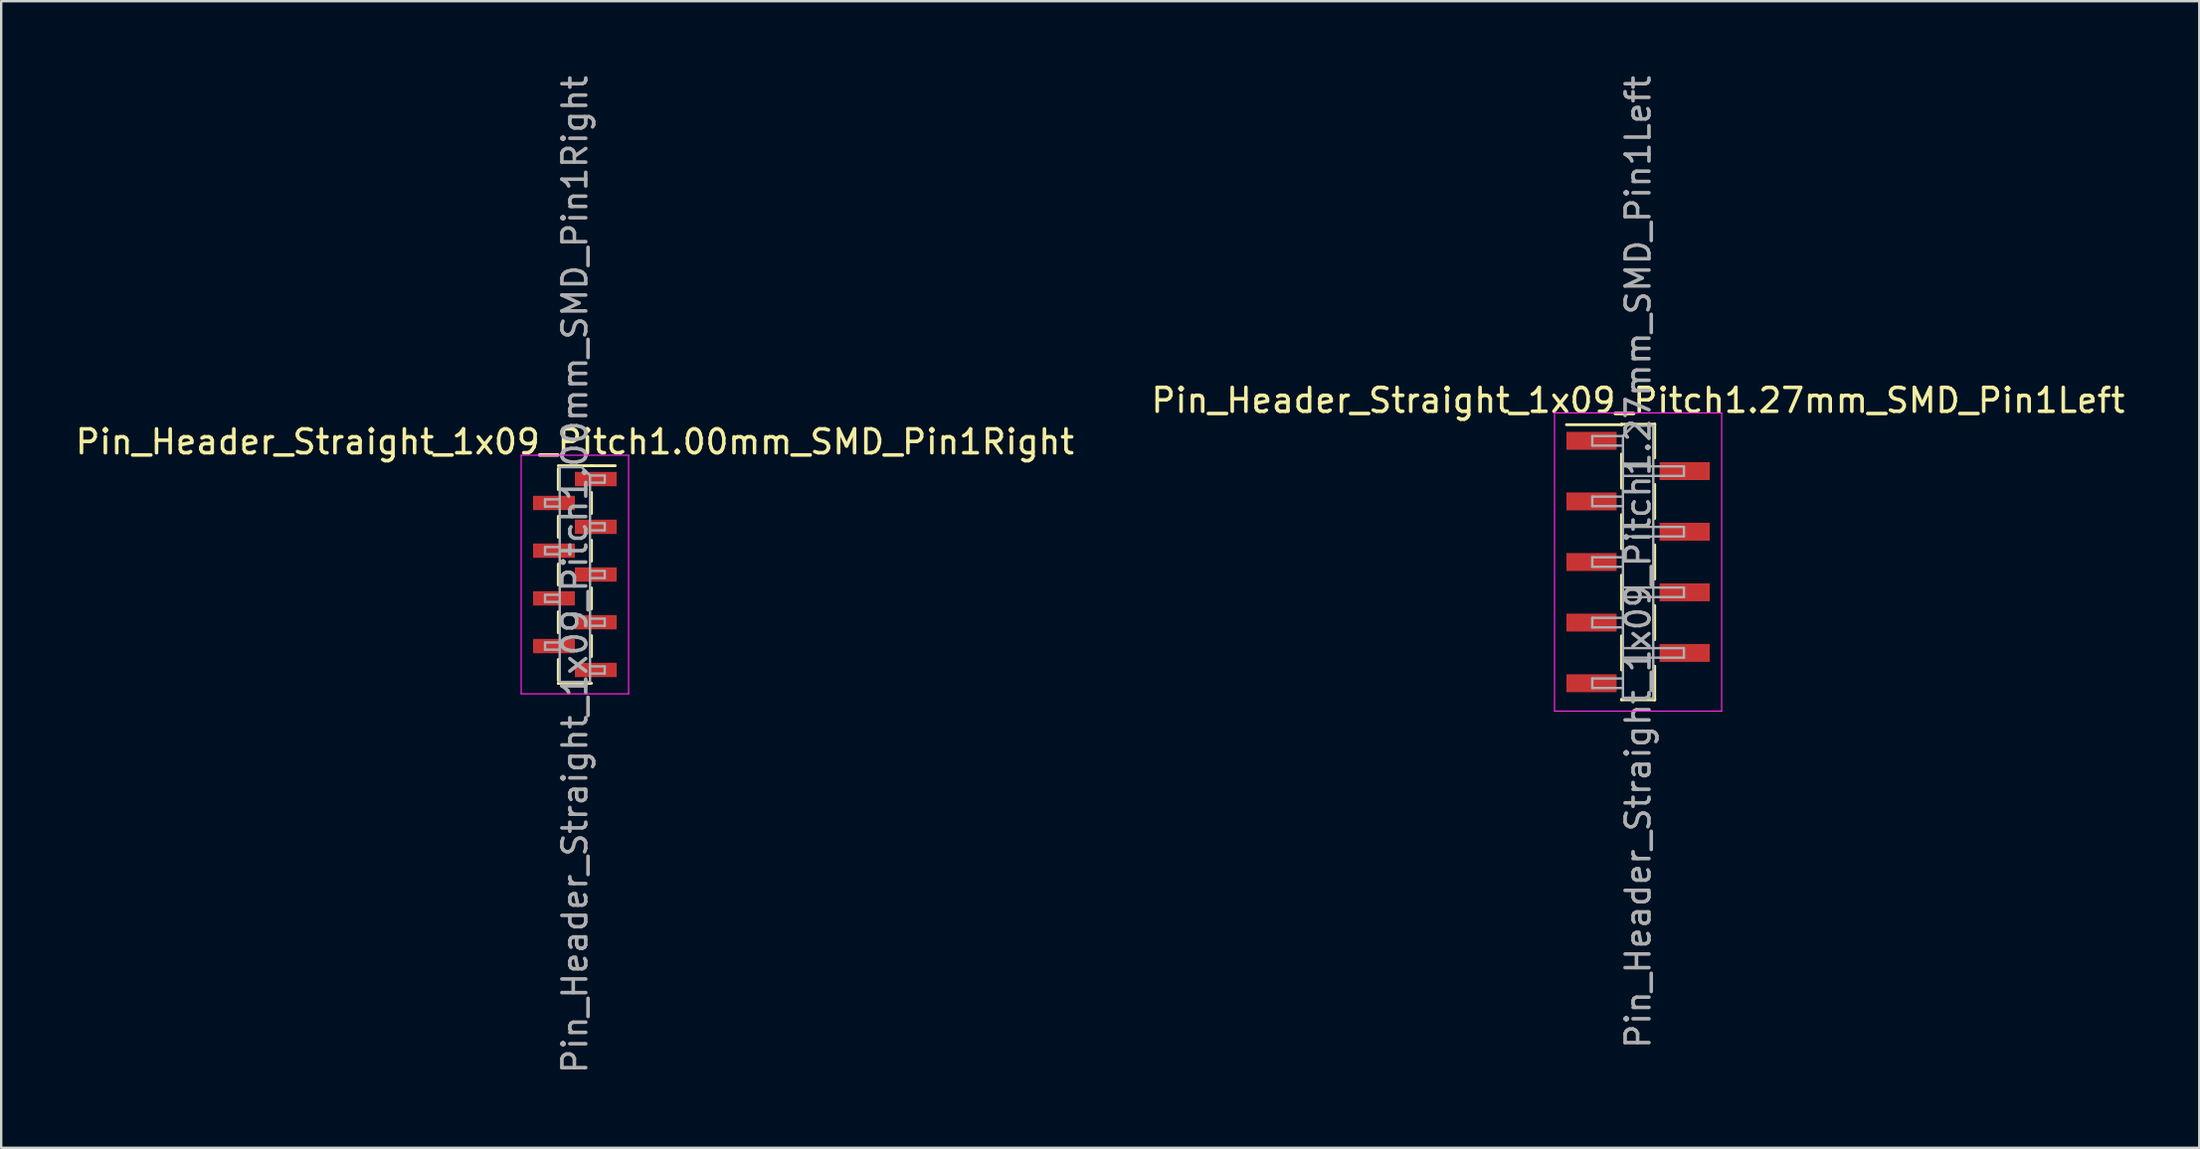
<source format=kicad_pcb>
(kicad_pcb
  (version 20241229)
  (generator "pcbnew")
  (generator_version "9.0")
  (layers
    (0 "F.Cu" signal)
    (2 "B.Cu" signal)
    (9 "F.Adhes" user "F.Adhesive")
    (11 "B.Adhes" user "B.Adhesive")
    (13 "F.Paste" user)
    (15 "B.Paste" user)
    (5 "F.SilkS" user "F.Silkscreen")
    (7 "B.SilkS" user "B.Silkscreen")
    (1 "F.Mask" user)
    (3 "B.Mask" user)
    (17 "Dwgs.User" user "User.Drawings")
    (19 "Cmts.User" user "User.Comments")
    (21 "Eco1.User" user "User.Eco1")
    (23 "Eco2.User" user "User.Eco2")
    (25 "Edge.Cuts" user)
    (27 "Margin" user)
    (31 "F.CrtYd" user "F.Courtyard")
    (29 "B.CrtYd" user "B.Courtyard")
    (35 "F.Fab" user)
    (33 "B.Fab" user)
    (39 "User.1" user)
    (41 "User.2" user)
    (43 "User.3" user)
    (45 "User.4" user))
  (footprint "Pin_Header_Straight_1x09_Pitch1.27mm_SMD_Pin1Left"
    (layer "F.Cu")
    (at 65.565 20.506)
    (property "Reference" "Pin_Header_Straight_1x09_Pitch1.27mm_SMD_Pin1Left" (at 0 -6.775 0) (layer "F.SilkS") (effects (font (size 1 1) (thickness 0.15))))
    (attr smd)
    (fp_line (start -0.695 -5.775) (end 0.695 -5.775) (stroke (width 0.12) (type solid)) (layer "F.SilkS"))
    (fp_line (start -0.695 -5.755) (end -3 -5.755) (stroke (width 0.12) (type solid)) (layer "F.SilkS"))
    (fp_line (start -0.695 -5.755) (end -0.695 -5.775) (stroke (width 0.12) (type solid)) (layer "F.SilkS"))
    (fp_line (start -0.695 -4.525) (end -0.695 -3.095) (stroke (width 0.12) (type solid)) (layer "F.SilkS"))
    (fp_line (start -0.695 -1.985) (end -0.695 -0.555) (stroke (width 0.12) (type solid)) (layer "F.SilkS"))
    (fp_line (start -0.695 0.555) (end -0.695 1.985) (stroke (width 0.12) (type solid)) (layer "F.SilkS"))
    (fp_line (start -0.695 3.095) (end -0.695 4.525) (stroke (width 0.12) (type solid)) (layer "F.SilkS"))
    (fp_line (start -0.695 5.755) (end -0.695 5.775) (stroke (width 0.12) (type solid)) (layer "F.SilkS"))
    (fp_line (start -0.695 5.775) (end 0.695 5.775) (stroke (width 0.12) (type solid)) (layer "F.SilkS"))
    (fp_line (start 0.695 -5.775) (end 0.695 -5.755) (stroke (width 0.12) (type solid)) (layer "F.SilkS"))
    (fp_line (start 0.695 -5.775) (end 0.695 -4.365) (stroke (width 0.12) (type solid)) (layer "F.SilkS"))
    (fp_line (start 0.695 -3.255) (end 0.695 -1.825) (stroke (width 0.12) (type solid)) (layer "F.SilkS"))
    (fp_line (start 0.695 -0.715) (end 0.695 0.715) (stroke (width 0.12) (type solid)) (layer "F.SilkS"))
    (fp_line (start 0.695 1.825) (end 0.695 3.255) (stroke (width 0.12) (type solid)) (layer "F.SilkS"))
    (fp_line (start 0.695 4.365) (end 0.695 5.775) (stroke (width 0.12) (type solid)) (layer "F.SilkS"))
    (fp_line (start 0.695 5.775) (end 0.695 5.755) (stroke (width 0.12) (type solid)) (layer "F.SilkS"))
    (fp_line (start -3.5 -6.25) (end -3.5 6.25) (stroke (width 0.05) (type solid)) (layer "F.CrtYd"))
    (fp_line (start -3.5 6.25) (end 3.5 6.25) (stroke (width 0.05) (type solid)) (layer "F.CrtYd"))
    (fp_line (start 3.5 -6.25) (end -3.5 -6.25) (stroke (width 0.05) (type solid)) (layer "F.CrtYd"))
    (fp_line (start 3.5 6.25) (end 3.5 -6.25) (stroke (width 0.05) (type solid)) (layer "F.CrtYd"))
    (fp_line (start -1.92 -5.28) (end -1.92 -4.88) (stroke (width 0.1) (type solid)) (layer "F.Fab"))
    (fp_line (start -1.92 -4.88) (end -0.635 -4.88) (stroke (width 0.1) (type solid)) (layer "F.Fab"))
    (fp_line (start -1.92 -2.74) (end -1.92 -2.34) (stroke (width 0.1) (type solid)) (layer "F.Fab"))
    (fp_line (start -1.92 -2.34) (end -0.635 -2.34) (stroke (width 0.1) (type solid)) (layer "F.Fab"))
    (fp_line (start -1.92 -0.2) (end -1.92 0.2) (stroke (width 0.1) (type solid)) (layer "F.Fab"))
    (fp_line (start -1.92 0.2) (end -0.635 0.2) (stroke (width 0.1) (type solid)) (layer "F.Fab"))
    (fp_line (start -1.92 2.34) (end -1.92 2.74) (stroke (width 0.1) (type solid)) (layer "F.Fab"))
    (fp_line (start -1.92 2.74) (end -0.635 2.74) (stroke (width 0.1) (type solid)) (layer "F.Fab"))
    (fp_line (start -1.92 4.88) (end -1.92 5.28) (stroke (width 0.1) (type solid)) (layer "F.Fab"))
    (fp_line (start -1.92 5.28) (end -0.635 5.28) (stroke (width 0.1) (type solid)) (layer "F.Fab"))
    (fp_line (start -0.635 -5.28) (end -1.92 -5.28) (stroke (width 0.1) (type solid)) (layer "F.Fab"))
    (fp_line (start -0.635 -5.28) (end -0.2 -5.715) (stroke (width 0.1) (type solid)) (layer "F.Fab"))
    (fp_line (start -0.635 -4.01) (end 1.92 -4.01) (stroke (width 0.1) (type solid)) (layer "F.Fab"))
    (fp_line (start -0.635 -2.74) (end -1.92 -2.74) (stroke (width 0.1) (type solid)) (layer "F.Fab"))
    (fp_line (start -0.635 -1.47) (end 1.92 -1.47) (stroke (width 0.1) (type solid)) (layer "F.Fab"))
    (fp_line (start -0.635 -0.2) (end -1.92 -0.2) (stroke (width 0.1) (type solid)) (layer "F.Fab"))
    (fp_line (start -0.635 1.07) (end 1.92 1.07) (stroke (width 0.1) (type solid)) (layer "F.Fab"))
    (fp_line (start -0.635 2.34) (end -1.92 2.34) (stroke (width 0.1) (type solid)) (layer "F.Fab"))
    (fp_line (start -0.635 3.61) (end 1.92 3.61) (stroke (width 0.1) (type solid)) (layer "F.Fab"))
    (fp_line (start -0.635 4.88) (end -1.92 4.88) (stroke (width 0.1) (type solid)) (layer "F.Fab"))
    (fp_line (start -0.635 5.715) (end -0.635 -5.28) (stroke (width 0.1) (type solid)) (layer "F.Fab"))
    (fp_line (start -0.2 -5.715) (end 0.635 -5.715) (stroke (width 0.1) (type solid)) (layer "F.Fab"))
    (fp_line (start 0.635 -5.715) (end 0.635 5.715) (stroke (width 0.1) (type solid)) (layer "F.Fab"))
    (fp_line (start 0.635 5.715) (end -0.635 5.715) (stroke (width 0.1) (type solid)) (layer "F.Fab"))
    (fp_line (start 1.92 -4.01) (end 1.92 -3.61) (stroke (width 0.1) (type solid)) (layer "F.Fab"))
    (fp_line (start 1.92 -3.61) (end -0.635 -3.61) (stroke (width 0.1) (type solid)) (layer "F.Fab"))
    (fp_line (start 1.92 -1.47) (end 1.92 -1.07) (stroke (width 0.1) (type solid)) (layer "F.Fab"))
    (fp_line (start 1.92 -1.07) (end -0.635 -1.07) (stroke (width 0.1) (type solid)) (layer "F.Fab"))
    (fp_line (start 1.92 1.07) (end 1.92 1.47) (stroke (width 0.1) (type solid)) (layer "F.Fab"))
    (fp_line (start 1.92 1.47) (end -0.635 1.47) (stroke (width 0.1) (type solid)) (layer "F.Fab"))
    (fp_line (start 1.92 3.61) (end 1.92 4.01) (stroke (width 0.1) (type solid)) (layer "F.Fab"))
    (fp_line (start 1.92 4.01) (end -0.635 4.01) (stroke (width 0.1) (type solid)) (layer "F.Fab"))
    (fp_text user "${REFERENCE}" (at 0 0 90) (layer "F.Fab") (effects (font (size 1 1) (thickness 0.15))))
    (pad "1" smd rect (at -1.95 -5.08) (size 2.1 0.75) (layers "F.Cu" "F.Mask" "F.Paste"))
    (pad "2" smd rect (at 1.95 -3.81) (size 2.1 0.75) (layers "F.Cu" "F.Mask" "F.Paste"))
    (pad "3" smd rect (at -1.95 -2.54) (size 2.1 0.75) (layers "F.Cu" "F.Mask" "F.Paste"))
    (pad "4" smd rect (at 1.95 -1.27) (size 2.1 0.75) (layers "F.Cu" "F.Mask" "F.Paste"))
    (pad "5" smd rect (at -1.95 0) (size 2.1 0.75) (layers "F.Cu" "F.Mask" "F.Paste"))
    (pad "6" smd rect (at 1.95 1.27) (size 2.1 0.75) (layers "F.Cu" "F.Mask" "F.Paste"))
    (pad "7" smd rect (at -1.95 2.54) (size 2.1 0.75) (layers "F.Cu" "F.Mask" "F.Paste"))
    (pad "8" smd rect (at 1.95 3.81) (size 2.1 0.75) (layers "F.Cu" "F.Mask" "F.Paste"))
    (pad "9" smd rect (at -1.95 5.08) (size 2.1 0.75) (layers "F.Cu" "F.Mask" "F.Paste")))
  (footprint "Pin_Header_Straight_1x09_Pitch1.00mm_SMD_Pin1Right"
    (layer "F.Cu")
    (at 21.03 21.03)
    (property "Reference" "Pin_Header_Straight_1x09_Pitch1.00mm_SMD_Pin1Right" (at 0 -5.56 0) (layer "F.SilkS") (effects (font (size 1 1) (thickness 0.15))))
    (attr smd)
    (fp_line (start -0.695 -4.56) (end 0.695 -4.56) (stroke (width 0.12) (type solid)) (layer "F.SilkS"))
    (fp_line (start -0.695 -4.44) (end -0.695 -3.56) (stroke (width 0.12) (type solid)) (layer "F.SilkS"))
    (fp_line (start -0.695 -2.44) (end -0.695 -1.56) (stroke (width 0.12) (type solid)) (layer "F.SilkS"))
    (fp_line (start -0.695 -0.44) (end -0.695 0.44) (stroke (width 0.12) (type solid)) (layer "F.SilkS"))
    (fp_line (start -0.695 1.56) (end -0.695 2.44) (stroke (width 0.12) (type solid)) (layer "F.SilkS"))
    (fp_line (start -0.695 3.56) (end -0.695 4.44) (stroke (width 0.12) (type solid)) (layer "F.SilkS"))
    (fp_line (start -0.695 4.56) (end -0.695 4.56) (stroke (width 0.12) (type solid)) (layer "F.SilkS"))
    (fp_line (start -0.695 4.56) (end 0.695 4.56) (stroke (width 0.12) (type solid)) (layer "F.SilkS"))
    (fp_line (start 0.695 -4.56) (end 0.695 -4.56) (stroke (width 0.12) (type solid)) (layer "F.SilkS"))
    (fp_line (start 0.695 -4.56) (end 1.69 -4.56) (stroke (width 0.12) (type solid)) (layer "F.SilkS"))
    (fp_line (start 0.695 -3.44) (end 0.695 -2.56) (stroke (width 0.12) (type solid)) (layer "F.SilkS"))
    (fp_line (start 0.695 -1.44) (end 0.695 -0.56) (stroke (width 0.12) (type solid)) (layer "F.SilkS"))
    (fp_line (start 0.695 0.56) (end 0.695 1.44) (stroke (width 0.12) (type solid)) (layer "F.SilkS"))
    (fp_line (start 0.695 2.56) (end 0.695 3.44) (stroke (width 0.12) (type solid)) (layer "F.SilkS"))
    (fp_line (start -2.25 -5) (end -2.25 5) (stroke (width 0.05) (type solid)) (layer "F.CrtYd"))
    (fp_line (start -2.25 5) (end 2.25 5) (stroke (width 0.05) (type solid)) (layer "F.CrtYd"))
    (fp_line (start 2.25 -5) (end -2.25 -5) (stroke (width 0.05) (type solid)) (layer "F.CrtYd"))
    (fp_line (start 2.25 5) (end 2.25 -5) (stroke (width 0.05) (type solid)) (layer "F.CrtYd"))
    (fp_line (start -1.25 -3.15) (end -1.25 -2.85) (stroke (width 0.1) (type solid)) (layer "F.Fab"))
    (fp_line (start -1.25 -2.85) (end -0.635 -2.85) (stroke (width 0.1) (type solid)) (layer "F.Fab"))
    (fp_line (start -1.25 -1.15) (end -1.25 -0.85) (stroke (width 0.1) (type solid)) (layer "F.Fab"))
    (fp_line (start -1.25 -0.85) (end -0.635 -0.85) (stroke (width 0.1) (type solid)) (layer "F.Fab"))
    (fp_line (start -1.25 0.85) (end -1.25 1.15) (stroke (width 0.1) (type solid)) (layer "F.Fab"))
    (fp_line (start -1.25 1.15) (end -0.635 1.15) (stroke (width 0.1) (type solid)) (layer "F.Fab"))
    (fp_line (start -1.25 2.85) (end -1.25 3.15) (stroke (width 0.1) (type solid)) (layer "F.Fab"))
    (fp_line (start -1.25 3.15) (end -0.635 3.15) (stroke (width 0.1) (type solid)) (layer "F.Fab"))
    (fp_line (start -0.635 -4.5) (end -0.635 4.5) (stroke (width 0.1) (type solid)) (layer "F.Fab"))
    (fp_line (start -0.635 -4.5) (end 0.285 -4.5) (stroke (width 0.1) (type solid)) (layer "F.Fab"))
    (fp_line (start -0.635 -3.15) (end -1.25 -3.15) (stroke (width 0.1) (type solid)) (layer "F.Fab"))
    (fp_line (start -0.635 -1.15) (end -1.25 -1.15) (stroke (width 0.1) (type solid)) (layer "F.Fab"))
    (fp_line (start -0.635 0.85) (end -1.25 0.85) (stroke (width 0.1) (type solid)) (layer "F.Fab"))
    (fp_line (start -0.635 2.85) (end -1.25 2.85) (stroke (width 0.1) (type solid)) (layer "F.Fab"))
    (fp_line (start 0.635 -4.15) (end 0.285 -4.5) (stroke (width 0.1) (type solid)) (layer "F.Fab"))
    (fp_line (start 0.635 -4.15) (end 1.25 -4.15) (stroke (width 0.1) (type solid)) (layer "F.Fab"))
    (fp_line (start 0.635 -2.15) (end 1.25 -2.15) (stroke (width 0.1) (type solid)) (layer "F.Fab"))
    (fp_line (start 0.635 -0.15) (end 1.25 -0.15) (stroke (width 0.1) (type solid)) (layer "F.Fab"))
    (fp_line (start 0.635 1.85) (end 1.25 1.85) (stroke (width 0.1) (type solid)) (layer "F.Fab"))
    (fp_line (start 0.635 3.85) (end 1.25 3.85) (stroke (width 0.1) (type solid)) (layer "F.Fab"))
    (fp_line (start 0.635 4.5) (end -0.635 4.5) (stroke (width 0.1) (type solid)) (layer "F.Fab"))
    (fp_line (start 0.635 4.5) (end 0.635 -4.15) (stroke (width 0.1) (type solid)) (layer "F.Fab"))
    (fp_line (start 1.25 -4.15) (end 1.25 -3.85) (stroke (width 0.1) (type solid)) (layer "F.Fab"))
    (fp_line (start 1.25 -3.85) (end 0.635 -3.85) (stroke (width 0.1) (type solid)) (layer "F.Fab"))
    (fp_line (start 1.25 -2.15) (end 1.25 -1.85) (stroke (width 0.1) (type solid)) (layer "F.Fab"))
    (fp_line (start 1.25 -1.85) (end 0.635 -1.85) (stroke (width 0.1) (type solid)) (layer "F.Fab"))
    (fp_line (start 1.25 -0.15) (end 1.25 0.15) (stroke (width 0.1) (type solid)) (layer "F.Fab"))
    (fp_line (start 1.25 0.15) (end 0.635 0.15) (stroke (width 0.1) (type solid)) (layer "F.Fab"))
    (fp_line (start 1.25 1.85) (end 1.25 2.15) (stroke (width 0.1) (type solid)) (layer "F.Fab"))
    (fp_line (start 1.25 2.15) (end 0.635 2.15) (stroke (width 0.1) (type solid)) (layer "F.Fab"))
    (fp_line (start 1.25 3.85) (end 1.25 4.15) (stroke (width 0.1) (type solid)) (layer "F.Fab"))
    (fp_line (start 1.25 4.15) (end 0.635 4.15) (stroke (width 0.1) (type solid)) (layer "F.Fab"))
    (fp_text user "${REFERENCE}" (at 0 0 90) (layer "F.Fab") (effects (font (size 1 1) (thickness 0.15))))
    (pad "1" smd rect (at 0.875 -4) (size 1.75 0.6) (layers "F.Cu" "F.Mask" "F.Paste"))
    (pad "2" smd rect (at -0.875 -3) (size 1.75 0.6) (layers "F.Cu" "F.Mask" "F.Paste"))
    (pad "3" smd rect (at 0.875 -2) (size 1.75 0.6) (layers "F.Cu" "F.Mask" "F.Paste"))
    (pad "4" smd rect (at -0.875 -1) (size 1.75 0.6) (layers "F.Cu" "F.Mask" "F.Paste"))
    (pad "5" smd rect (at 0.875 0) (size 1.75 0.6) (layers "F.Cu" "F.Mask" "F.Paste"))
    (pad "6" smd rect (at -0.875 1) (size 1.75 0.6) (layers "F.Cu" "F.Mask" "F.Paste"))
    (pad "7" smd rect (at 0.875 2) (size 1.75 0.6) (layers "F.Cu" "F.Mask" "F.Paste"))
    (pad "8" smd rect (at -0.875 3) (size 1.75 0.6) (layers "F.Cu" "F.Mask" "F.Paste"))
    (pad "9" smd rect (at 0.875 4) (size 1.75 0.6) (layers "F.Cu" "F.Mask" "F.Paste")))
  (gr_rect
    (start -3 -3)
    (end 89.071 45.06)
    (stroke (width 0.1) (type default))
    (fill no)
    (layer "Edge.Cuts")))
</source>
